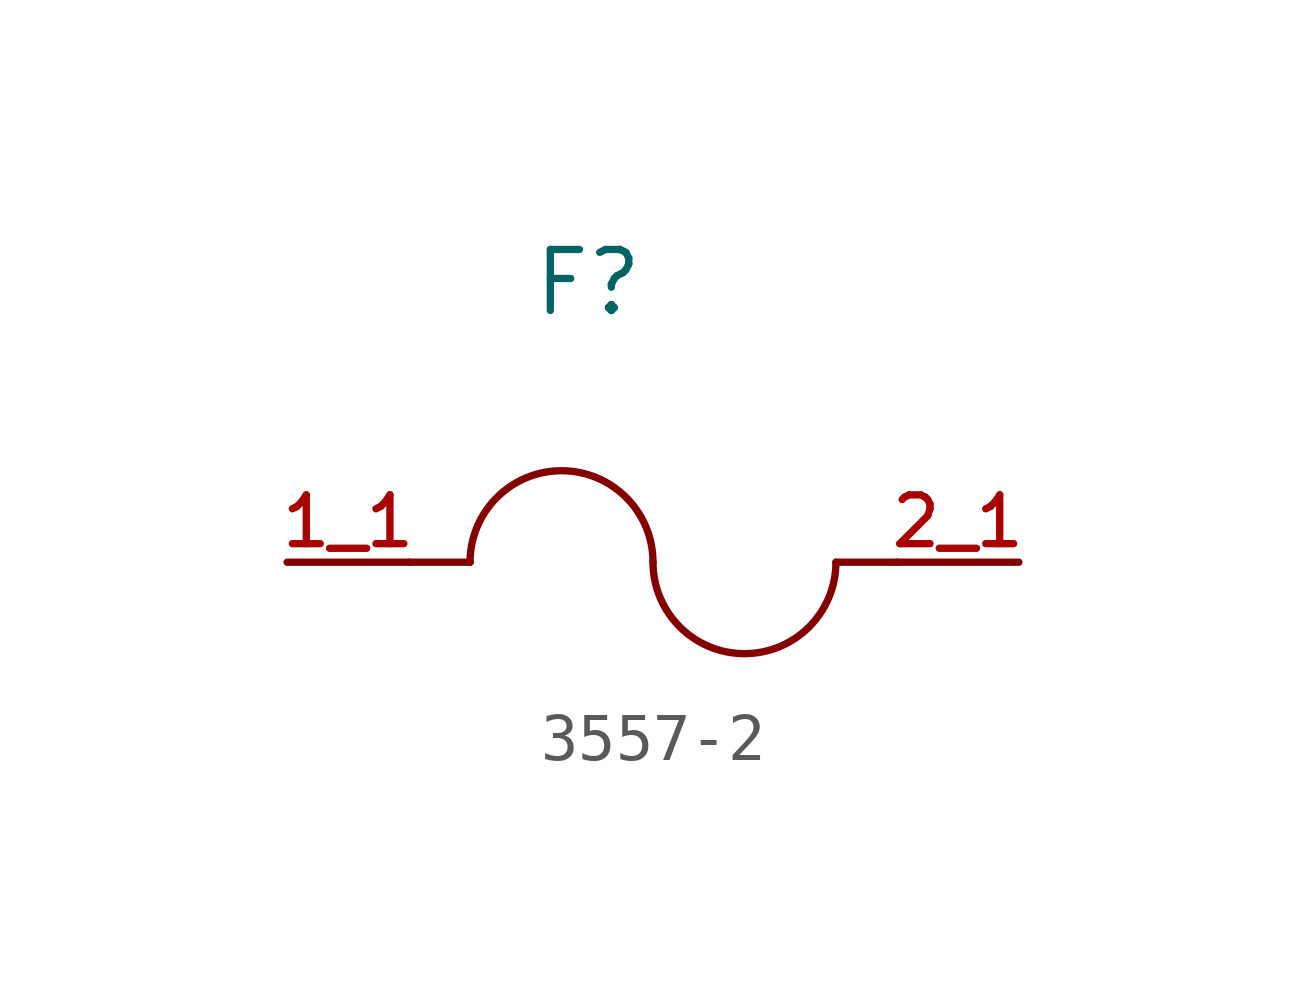
<source format=kicad_sym>
(kicad_symbol_lib
  (version 20231120)
  (generator "kicad_symbol_editor")
  (generator_version "8.0")
  (symbol "3557-2"
    (pin_names
      (offset 1.016))
    (property "Reference" "F"
      (at -2.54 5.08 0)
      (effects (font (size 1.27 1.27)) (justify left bottom)))
    (symbol "3557-2_0_0"
      (arc (start 0 0) (mid -1.905 1.8967) (end -3.81 0) (stroke (width 0.1524) (type default)) (fill (type none)))
      (polyline (pts (xy -5.08 0) (xy -3.81 0)) (stroke (width 0.152) (type default)) (fill (type none)))
      (polyline (pts (xy 5.08 0) (xy 3.81 0)) (stroke (width 0.152) (type default)) (fill (type none)))
      (arc (start 0 0) (mid 1.905 -1.8967) (end 3.81 0) (stroke (width 0.1524) (type default)) (fill (type none)))
      (pin passive line (at -7.62 0 0) (length 2.54) (name "~" (effects (font (size 1.016 1.016)))) (number "1_1" (effects (font (size 1.016 1.016)))))
      (pin passive line (at 7.62 0 180) (length 2.54) (name "~" (effects (font (size 1.016 1.016)))) (number "2_1" (effects (font (size 1.016 1.016))))))))
</source>
